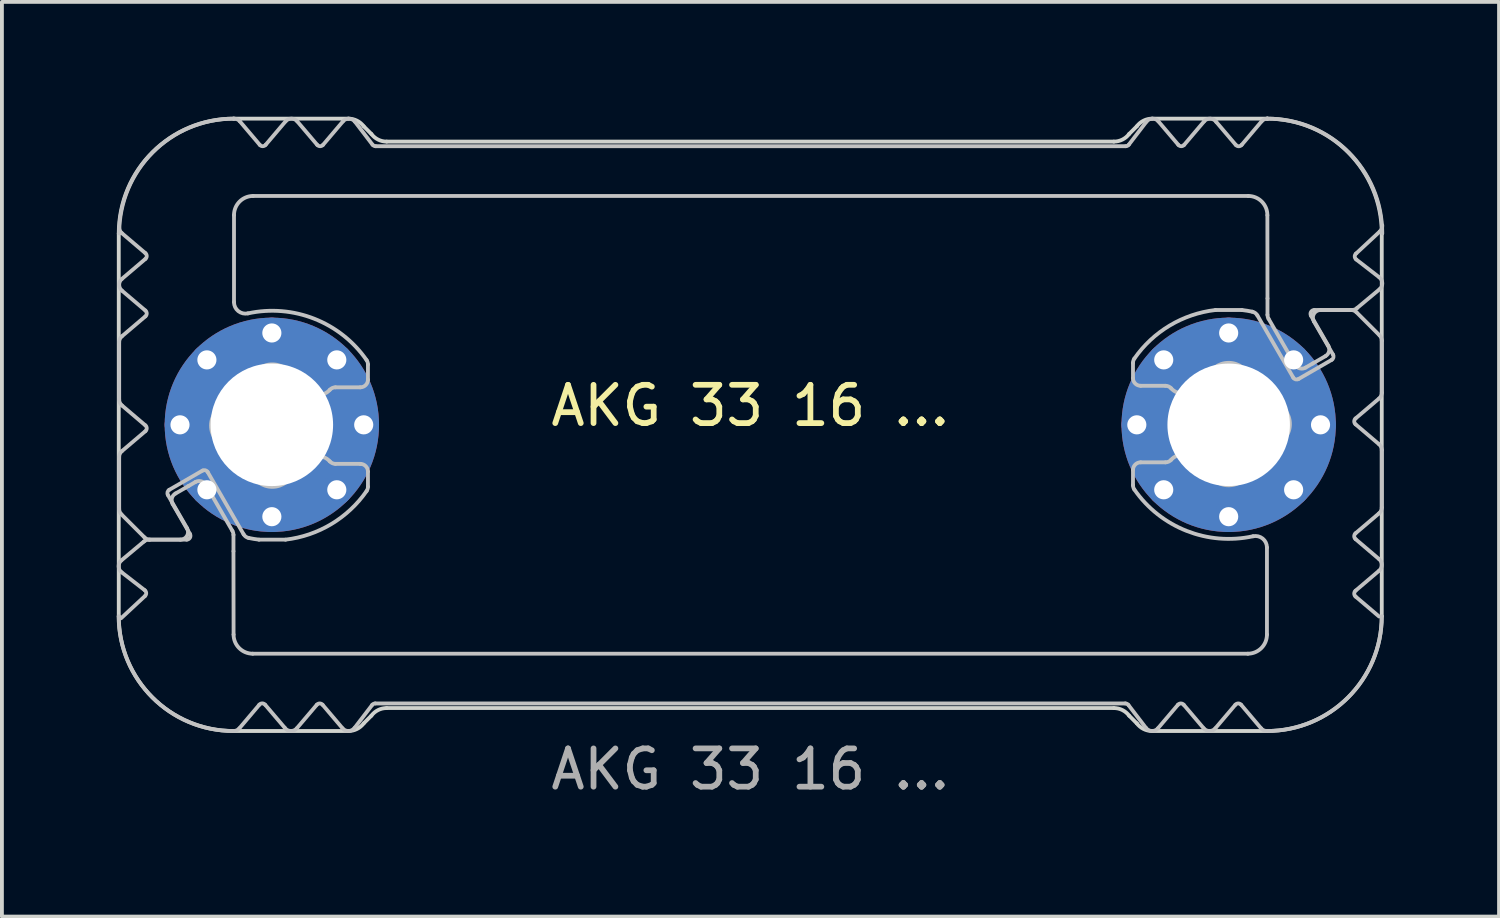
<source format=kicad_pcb>
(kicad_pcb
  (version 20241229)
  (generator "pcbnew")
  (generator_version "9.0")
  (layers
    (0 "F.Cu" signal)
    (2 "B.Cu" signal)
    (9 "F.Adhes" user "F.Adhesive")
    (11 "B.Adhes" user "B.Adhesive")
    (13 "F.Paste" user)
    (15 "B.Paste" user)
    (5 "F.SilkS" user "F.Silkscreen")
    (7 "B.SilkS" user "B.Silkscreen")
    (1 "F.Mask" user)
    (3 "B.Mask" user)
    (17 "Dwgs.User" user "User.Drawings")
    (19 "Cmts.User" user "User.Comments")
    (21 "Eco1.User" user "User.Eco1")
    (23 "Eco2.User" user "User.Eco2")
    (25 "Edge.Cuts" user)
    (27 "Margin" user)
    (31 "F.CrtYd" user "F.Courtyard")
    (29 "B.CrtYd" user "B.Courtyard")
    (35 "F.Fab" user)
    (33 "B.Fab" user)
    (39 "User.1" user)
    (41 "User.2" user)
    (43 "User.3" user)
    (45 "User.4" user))
  (footprint "AKG 33 16 ..."
    (layer "F.Cu")
    (at 16.553 8.05)
    (property "Reference" "AKG 33 16 ..." (at 0 -0.5 0) (unlocked yes) (layer "F.SilkS") (effects (font (size 1 1) (thickness 0.15))))
    (attr exclude_from_pos_files dnp)
    (fp_poly (pts (xy -9.846 -7.3) (xy 0.054 -7.3) (xy 0.054 -6) (xy -13.446 -6) (xy -13.446 -8) (xy -12.746 -7.2) (xy -11.996 -8) (xy -11.246 -7.2) (xy -10.496 -8)) (stroke (width 0.1) (type solid)) (fill yes) (layer "B.Mask"))
    (fp_poly (pts (xy -9.846 7.3) (xy 0.054 7.3) (xy 0.054 6) (xy -13.446 6) (xy -13.446 8) (xy -12.746 7.2) (xy -11.996 8) (xy -11.246 7.2) (xy -10.496 8)) (stroke (width 0.1) (type solid)) (fill yes) (layer "B.Mask"))
    (fp_poly (pts (xy 9.854 -7.3) (xy -0.046 -7.3) (xy -0.046 -6) (xy 13.454 -6) (xy 13.454 -8) (xy 12.754 -7.2) (xy 12.004 -8) (xy 11.254 -7.2) (xy 10.504 -8)) (stroke (width 0.1) (type solid)) (fill yes) (layer "B.Mask"))
    (fp_poly (pts (xy 9.854 7.3) (xy -0.046 7.3) (xy -0.046 6) (xy 13.454 6) (xy 13.454 8) (xy 12.754 7.2) (xy 12.004 8) (xy 11.254 7.2) (xy 10.504 8)) (stroke (width 0.1) (type solid)) (fill yes) (layer "B.Mask"))
    (fp_poly (pts (xy -13.546 -6.7) (xy -13.546 -4.7) (xy -13.546 0.1) (xy -15.646 0.1) (xy -16.446 -0.6) (xy -16.446 -2.2) (xy -15.546 -2.9) (xy -16.446 -3.7) (xy -15.646 -4.4) (xy -16.446 -5.1) (xy -16.446 -8) (xy -13.546 -8)) (stroke (width 0.1) (type solid)) (fill yes) (layer "B.Mask"))
    (fp_poly (pts (xy -13.546 6.7) (xy -13.546 4.7) (xy -13.546 0.1) (xy -15.646 0.1) (xy -16.446 0.8) (xy -16.446 2.2) (xy -15.646 3) (xy -16.446 3.7) (xy -15.646 4.4) (xy -16.446 5.1) (xy -16.446 8) (xy -13.546 8)) (stroke (width 0.1) (type solid)) (fill yes) (layer "B.Mask"))
    (fp_poly (pts (xy 13.554 -6.7) (xy 13.554 -4.7) (xy 13.554 -0.1) (xy 15.654 -0.1) (xy 16.454 -0.8) (xy 16.454 -2.2) (xy 15.654 -3) (xy 16.454 -3.7) (xy 15.654 -4.4) (xy 16.454 -5.1) (xy 16.454 -8) (xy 13.554 -8)) (stroke (width 0.1) (type solid)) (fill yes) (layer "B.Mask"))
    (fp_poly (pts (xy 13.554 6.7) (xy 13.554 4.7) (xy 13.554 -0.1) (xy 15.654 -0.1) (xy 16.454 0.6) (xy 16.454 2.2) (xy 15.554 2.9) (xy 16.454 3.7) (xy 15.654 4.4) (xy 16.454 5.1) (xy 16.454 8) (xy 13.554 8)) (stroke (width 0.1) (type solid)) (fill yes) (layer "B.Mask"))
    (fp_line (start -16.489 -0.66) (end -16.489 -2.16) (stroke (width 0.1) (type solid)) (layer "Dwgs.User"))
    (fp_line (start -16.489 2.197) (end -16.489 0.84) (stroke (width 0.1) (type solid)) (layer "Dwgs.User"))
    (fp_line (start -16.439 5.053) (end -15.815 4.473) (stroke (width 0.1) (type solid)) (layer "Dwgs.User"))
    (fp_line (start -16.433 3.543) (end -15.839 3.046) (stroke (width 0.1) (type solid)) (layer "Dwgs.User"))
    (fp_line (start -16.419 -3.812) (end -15.805 -4.334) (stroke (width 0.1) (type solid)) (layer "Dwgs.User"))
    (fp_line (start -16.419 -2.312) (end -15.805 -2.834) (stroke (width 0.1) (type solid)) (layer "Dwgs.User"))
    (fp_line (start -16.419 0.688) (end -15.805 0.166) (stroke (width 0.1) (type solid)) (layer "Dwgs.User"))
    (fp_line (start -15.828 2.941) (end -16.431 2.339) (stroke (width 0.1) (type solid)) (layer "Dwgs.User"))
    (fp_line (start -15.822 4.321) (end -16.425 3.853) (stroke (width 0.1) (type solid)) (layer "Dwgs.User"))
    (fp_line (start -15.805 -4.486) (end -16.419 -5.008) (stroke (width 0.1) (type solid)) (layer "Dwgs.User"))
    (fp_line (start -15.805 -2.986) (end -16.419 -3.508) (stroke (width 0.1) (type solid)) (layer "Dwgs.User"))
    (fp_line (start -15.805 0.014) (end -16.419 -0.508) (stroke (width 0.1) (type solid)) (layer "Dwgs.User"))
    (fp_line (start -15.71 3) (end -14.727 3) (stroke (width 0.1) (type solid)) (layer "Dwgs.User"))
    (fp_line (start -15.216 1.834) (end -14.716 2.7) (stroke (width 0.1) (type solid)) (layer "Dwgs.User"))
    (fp_line (start -15.018 1.795) (end -14.683 1.602) (stroke (width 0.1) (type solid)) (layer "Dwgs.User"))
    (fp_line (start -14.889 3) (end -15.686 3) (stroke (width 0.1) (type solid)) (layer "Dwgs.User"))
    (fp_line (start -14.683 1.602) (end -14.499 1.495) (stroke (width 0.1) (type solid)) (layer "Dwgs.User"))
    (fp_line (start -14.64 2.85) (end -15.092 2.068) (stroke (width 0.1) (type solid)) (layer "Dwgs.User"))
    (fp_line (start -14.313 1.197) (end -15.179 1.697) (stroke (width 0.1) (type solid)) (layer "Dwgs.User"))
    (fp_line (start -14.225 1.568) (end -13.53 2.773) (stroke (width 0.1) (type solid)) (layer "Dwgs.User"))
    (fp_line (start -13.503 2.873) (end -13.503 3.3) (stroke (width 0.1) (type solid)) (layer "Dwgs.User"))
    (fp_line (start -13.503 3.305) (end -13.5 5.48) (stroke (width 0.1) (type solid)) (layer "Dwgs.User"))
    (fp_line (start -13.502 8) (end -13.502 8) (stroke (width 0.1) (type solid)) (layer "Dwgs.User"))
    (fp_line (start -13.501 8) (end -13.502 8) (stroke (width 0.1) (type solid)) (layer "Dwgs.User"))
    (fp_line (start -13.489 -5.48) (end -13.489 -3.205) (stroke (width 0.1) (type solid)) (layer "Dwgs.User"))
    (fp_line (start -13.336 -7.929) (end -12.815 -7.315) (stroke (width 0.1) (type solid)) (layer "Dwgs.User"))
    (fp_line (start -13.238 2.86) (end -14.177 1.234) (stroke (width 0.1) (type solid)) (layer "Dwgs.User"))
    (fp_line (start -13 5.98) (end 13 5.98) (stroke (width 0.1) (type solid)) (layer "Dwgs.User"))
    (fp_line (start -12.829 7.315) (end -13.349 7.929) (stroke (width 0.1) (type solid)) (layer "Dwgs.User"))
    (fp_line (start -12.663 -7.315) (end -12.142 -7.929) (stroke (width 0.1) (type solid)) (layer "Dwgs.User"))
    (fp_line (start -12.164 7.914) (end -12.674 7.315) (stroke (width 0.1) (type solid)) (layer "Dwgs.User"))
    (fp_line (start -12.143 3) (end -12.835 3) (stroke (width 0.1) (type solid)) (layer "Dwgs.User"))
    (fp_line (start -11.837 -7.929) (end -11.315 -7.315) (stroke (width 0.1) (type solid)) (layer "Dwgs.User"))
    (fp_line (start -11.326 7.315) (end -11.848 7.929) (stroke (width 0.1) (type solid)) (layer "Dwgs.User"))
    (fp_line (start -11.163 -7.315) (end -10.642 -7.929) (stroke (width 0.1) (type solid)) (layer "Dwgs.User"))
    (fp_line (start -10.838 1.02) (end -10.189 1.02) (stroke (width 0.1) (type solid)) (layer "Dwgs.User"))
    (fp_line (start -10.653 7.929) (end -11.174 7.315) (stroke (width 0.1) (type solid)) (layer "Dwgs.User"))
    (fp_line (start -10.33 -7.922) (end -9.869 -7.319) (stroke (width 0.1) (type solid)) (layer "Dwgs.User"))
    (fp_line (start -10.189 -0.98) (end -10.838 -0.98) (stroke (width 0.1) (type solid)) (layer "Dwgs.User"))
    (fp_line (start -9.989 -1.577) (end -9.989 -1.18) (stroke (width 0.1) (type solid)) (layer "Dwgs.User"))
    (fp_line (start -9.989 1.22) (end -9.989 1.617) (stroke (width 0.1) (type solid)) (layer "Dwgs.User"))
    (fp_line (start -9.879 7.319) (end -10.341 7.922) (stroke (width 0.1) (type solid)) (layer "Dwgs.User"))
    (fp_line (start -9.789 -7.28) (end 9.811 -7.28) (stroke (width 0.1) (type solid)) (layer "Dwgs.User"))
    (fp_line (start 9.8 7.28) (end -9.8 7.28) (stroke (width 0.1) (type solid)) (layer "Dwgs.User"))
    (fp_line (start 9.89 -7.319) (end 10.352 -7.922) (stroke (width 0.1) (type solid)) (layer "Dwgs.User"))
    (fp_line (start 10 -1.22) (end 10 -1.617) (stroke (width 0.1) (type solid)) (layer "Dwgs.User"))
    (fp_line (start 10 1.577) (end 10 1.18) (stroke (width 0.1) (type solid)) (layer "Dwgs.User"))
    (fp_line (start 10.2 0.98) (end 10.849 0.98) (stroke (width 0.1) (type solid)) (layer "Dwgs.User"))
    (fp_line (start 10.341 7.922) (end 9.879 7.319) (stroke (width 0.1) (type solid)) (layer "Dwgs.User"))
    (fp_line (start 10.663 -7.929) (end 11.185 -7.315) (stroke (width 0.1) (type solid)) (layer "Dwgs.User"))
    (fp_line (start 10.849 -1.02) (end 10.2 -1.02) (stroke (width 0.1) (type solid)) (layer "Dwgs.User"))
    (fp_line (start 11.174 7.315) (end 10.652 7.929) (stroke (width 0.1) (type solid)) (layer "Dwgs.User"))
    (fp_line (start 11.337 -7.315) (end 11.858 -7.929) (stroke (width 0.1) (type solid)) (layer "Dwgs.User"))
    (fp_line (start 11.847 7.929) (end 11.326 7.315) (stroke (width 0.1) (type solid)) (layer "Dwgs.User"))
    (fp_line (start 12.154 -3) (end 12.846 -3) (stroke (width 0.1) (type solid)) (layer "Dwgs.User"))
    (fp_line (start 12.175 -7.914) (end 12.685 -7.315) (stroke (width 0.1) (type solid)) (layer "Dwgs.User"))
    (fp_line (start 12.674 7.315) (end 12.152 7.929) (stroke (width 0.1) (type solid)) (layer "Dwgs.User"))
    (fp_line (start 12.84 -7.315) (end 13.36 -7.929) (stroke (width 0.1) (type solid)) (layer "Dwgs.User"))
    (fp_line (start 13.011 -5.98) (end -12.989 -5.98) (stroke (width 0.1) (type solid)) (layer "Dwgs.User"))
    (fp_line (start 13.249 -2.86) (end 14.188 -1.234) (stroke (width 0.1) (type solid)) (layer "Dwgs.User"))
    (fp_line (start 13.346 7.929) (end 12.826 7.315) (stroke (width 0.1) (type solid)) (layer "Dwgs.User"))
    (fp_line (start 13.5 5.48) (end 13.5 3.205) (stroke (width 0.1) (type solid)) (layer "Dwgs.User"))
    (fp_line (start 13.512 -8) (end 13.512 -8) (stroke (width 0.1) (type solid)) (layer "Dwgs.User"))
    (fp_line (start 13.512 -8) (end 13.513 -8) (stroke (width 0.1) (type solid)) (layer "Dwgs.User"))
    (fp_line (start 13.514 -3.305) (end 13.511 -5.476) (stroke (width 0.1) (type solid)) (layer "Dwgs.User"))
    (fp_line (start 13.514 -2.873) (end 13.514 -3.3) (stroke (width 0.1) (type solid)) (layer "Dwgs.User"))
    (fp_line (start 14.236 -1.568) (end 13.541 -2.773) (stroke (width 0.1) (type solid)) (layer "Dwgs.User"))
    (fp_line (start 14.324 -1.197) (end 15.19 -1.697) (stroke (width 0.1) (type solid)) (layer "Dwgs.User"))
    (fp_line (start 14.651 -2.85) (end 15.102 -2.068) (stroke (width 0.1) (type solid)) (layer "Dwgs.User"))
    (fp_line (start 14.694 -1.602) (end 14.509 -1.495) (stroke (width 0.1) (type solid)) (layer "Dwgs.User"))
    (fp_line (start 14.9 -3) (end 15.697 -3) (stroke (width 0.1) (type solid)) (layer "Dwgs.User"))
    (fp_line (start 15.029 -1.795) (end 14.694 -1.602) (stroke (width 0.1) (type solid)) (layer "Dwgs.User"))
    (fp_line (start 15.227 -1.834) (end 14.727 -2.7) (stroke (width 0.1) (type solid)) (layer "Dwgs.User"))
    (fp_line (start 15.721 -3) (end 14.738 -3) (stroke (width 0.1) (type solid)) (layer "Dwgs.User"))
    (fp_line (start 15.815 -0.014) (end 16.429 0.508) (stroke (width 0.1) (type solid)) (layer "Dwgs.User"))
    (fp_line (start 15.815 2.986) (end 16.429 3.508) (stroke (width 0.1) (type solid)) (layer "Dwgs.User"))
    (fp_line (start 15.815 4.486) (end 16.429 5.008) (stroke (width 0.1) (type solid)) (layer "Dwgs.User"))
    (fp_line (start 15.832 -4.321) (end 16.436 -3.853) (stroke (width 0.1) (type solid)) (layer "Dwgs.User"))
    (fp_line (start 15.839 -2.941) (end 16.441 -2.339) (stroke (width 0.1) (type solid)) (layer "Dwgs.User"))
    (fp_line (start 16.429 -0.688) (end 15.815 -0.166) (stroke (width 0.1) (type solid)) (layer "Dwgs.User"))
    (fp_line (start 16.429 2.312) (end 15.815 2.834) (stroke (width 0.1) (type solid)) (layer "Dwgs.User"))
    (fp_line (start 16.429 3.812) (end 15.815 4.334) (stroke (width 0.1) (type solid)) (layer "Dwgs.User"))
    (fp_line (start 16.443 -3.543) (end 15.849 -3.047) (stroke (width 0.1) (type solid)) (layer "Dwgs.User"))
    (fp_line (start 16.45 -5.053) (end 15.826 -4.473) (stroke (width 0.1) (type solid)) (layer "Dwgs.User"))
    (fp_line (start 16.5 -2.197) (end 16.5 -0.84) (stroke (width 0.1) (type solid)) (layer "Dwgs.User"))
    (fp_line (start 16.5 0.66) (end 16.5 2.16) (stroke (width 0.1) (type solid)) (layer "Dwgs.User"))
    (fp_arc (start -16.48919 -2.16003) (mid -16.470691 -2.24403) (end -16.418628 -2.312496) (stroke (width 0.1) (type solid)) (layer "Dwgs.User"))
    (fp_arc (start -16.48919 0.83997) (mid -16.470691 0.75597) (end -16.418628 0.687504) (stroke (width 0.1) (type solid)) (layer "Dwgs.User"))
    (fp_arc (start -16.488629 -5.00003) (mid -15.609776 -7.121528) (end -13.488132 -8.00003) (stroke (width 0.1) (type solid)) (layer "Dwgs.User"))
    (fp_arc (start -16.430611 2.338548) (mid -16.473952 2.273658) (end -16.48919 2.197127) (stroke (width 0.1) (type solid)) (layer "Dwgs.User"))
    (fp_arc (start -16.425499 3.853059) (mid -16.502937 3.699538) (end -16.432592 3.542641) (stroke (width 0.1) (type solid)) (layer "Dwgs.User"))
    (fp_arc (start -16.418628 -5.007564) (mid -16.473021 -5.081251) (end -16.488863 -5.171459) (stroke (width 0.1) (type solid)) (layer "Dwgs.User"))
    (fp_arc (start -16.418628 -3.507564) (mid -16.489188 -3.66003) (end -16.418628 -3.812496) (stroke (width 0.1) (type solid)) (layer "Dwgs.User"))
    (fp_arc (start -16.418628 -0.507564) (mid -16.470694 -0.576029) (end -16.48919 -0.66003) (stroke (width 0.1) (type solid)) (layer "Dwgs.User"))
    (fp_arc (start -15.838668 3.046481) (mid -15.778648 3.011946) (end -15.710445 2.99997) (stroke (width 0.1) (type solid)) (layer "Dwgs.User"))
    (fp_arc (start -15.821739 4.320925) (mid -15.783088 4.395508) (end -15.814937 4.473239) (stroke (width 0.1) (type solid)) (layer "Dwgs.User"))
    (fp_arc (start -15.804583 -4.486263) (mid -15.769295 -4.41003) (end -15.804583 -4.333797) (stroke (width 0.1) (type solid)) (layer "Dwgs.User"))
    (fp_arc (start -15.804583 -2.986263) (mid -15.769295 -2.91003) (end -15.804583 -2.833797) (stroke (width 0.1) (type solid)) (layer "Dwgs.User"))
    (fp_arc (start -15.804583 0.013737) (mid -15.769295 0.08997) (end -15.804583 0.166203) (stroke (width 0.1) (type solid)) (layer "Dwgs.User"))
    (fp_arc (start -15.686347 2.99997) (mid -15.762877 2.984729) (end -15.827769 2.941391) (stroke (width 0.1) (type solid)) (layer "Dwgs.User"))
    (fp_arc (start -15.215985 1.833944) (mid -15.225952 1.758068) (end -15.179382 1.697342) (stroke (width 0.1) (type solid)) (layer "Dwgs.User"))
    (fp_arc (start -15.091514 2.068343) (mid -15.111468 1.916586) (end -15.018309 1.795138) (stroke (width 0.1) (type solid)) (layer "Dwgs.User"))
    (fp_arc (start -14.715985 2.69997) (mid -14.715978 2.899974) (end -14.88919 2.99997) (stroke (width 0.1) (type solid)) (layer "Dwgs.User"))
    (fp_arc (start -14.640241 2.84997) (mid -14.640233 2.949975) (end -14.726844 2.99997) (stroke (width 0.1) (type solid)) (layer "Dwgs.User"))
    (fp_arc (start -14.498694 1.495138) (mid -14.346932 1.475166) (end -14.225489 1.568343) (stroke (width 0.1) (type solid)) (layer "Dwgs.User"))
    (fp_arc (start -14.313357 1.197342) (mid -14.237485 1.187387) (end -14.176754 1.233944) (stroke (width 0.1) (type solid)) (layer "Dwgs.User"))
    (fp_arc (start -13.65419 -0.556897) (mid -13.408426 -0.899266) (end -13.066057 -1.14503) (stroke (width 0.1) (type solid)) (layer "Dwgs.User"))
    (fp_arc (start -13.65419 0.596836) (mid -14.089189 0.01997) (end -13.65419 -0.556897) (stroke (width 0.1) (type solid)) (layer "Dwgs.User"))
    (fp_arc (start -13.529787 2.773333) (mid -13.509797 2.821567) (end -13.502992 2.873333) (stroke (width 0.1) (type solid)) (layer "Dwgs.User"))
    (fp_arc (start -13.501935 7.99997) (mid -15.623559 7.121448) (end -16.502431 4.99997) (stroke (width 0.1) (type solid)) (layer "Dwgs.User"))
    (fp_arc (start -13.48919 -5.48003) (mid -13.342738 -5.833578) (end -12.98919 -5.98003) (stroke (width 0.1) (type solid)) (layer "Dwgs.User"))
    (fp_arc (start -13.488132 -8.00003) (mid -13.404059 -7.98147) (end -13.335563 -7.929306) (stroke (width 0.1) (type solid)) (layer "Dwgs.User"))
    (fp_arc (start -13.349192 7.929246) (mid -13.417408 7.9813) (end -13.501161 7.999969) (stroke (width 0.1) (type solid)) (layer "Dwgs.User"))
    (fp_arc (start -13.125554 -2.911761) (mid -13.377487 -2.97138) (end -13.48919 -3.204934) (stroke (width 0.1) (type solid)) (layer "Dwgs.User"))
    (fp_arc (start -13.125554 -2.911761) (mid -11.390142 -2.771458) (end -10.024904 -1.690965) (stroke (width 0.1) (type solid)) (layer "Dwgs.User"))
    (fp_arc (start -13.105732 2.955932) (mid -13.181984 2.922143) (end -13.237834 2.860201) (stroke (width 0.1) (type solid)) (layer "Dwgs.User"))
    (fp_arc (start -13.066057 -1.14503) (mid -12.48919 -1.58003) (end -11.912323 -1.14503) (stroke (width 0.1) (type solid)) (layer "Dwgs.User"))
    (fp_arc (start -13.066057 1.18497) (mid -13.40843 0.939209) (end -13.65419 0.596836) (stroke (width 0.1) (type solid)) (layer "Dwgs.User"))
    (fp_arc (start -13.000049 5.97997) (mid -13.353577 5.833498) (end -13.500049 5.47997) (stroke (width 0.1) (type solid)) (layer "Dwgs.User"))
    (fp_arc (start -12.835022 2.99997) (mid -12.970881 2.981048) (end -13.105732 2.955932) (stroke (width 0.1) (type solid)) (layer "Dwgs.User"))
    (fp_arc (start -12.829121 7.315332) (mid -12.751541 7.278264) (end -12.673885 7.315171) (stroke (width 0.1) (type solid)) (layer "Dwgs.User"))
    (fp_arc (start -12.662951 -7.315318) (mid -12.739181 -7.280019) (end -12.815417 -7.315305) (stroke (width 0.1) (type solid)) (layer "Dwgs.User"))
    (fp_arc (start -12.141667 -7.929455) (mid -11.98919 -8.000029) (end -11.836712 -7.929455) (stroke (width 0.1) (type solid)) (layer "Dwgs.User"))
    (fp_arc (start -11.912323 -1.14503) (mid -11.730199 -1.035459) (end -11.568362 -0.897677) (stroke (width 0.1) (type solid)) (layer "Dwgs.User"))
    (fp_arc (start -11.912323 1.18497) (mid -12.48919 1.61997) (end -13.066057 1.18497) (stroke (width 0.1) (type solid)) (layer "Dwgs.User"))
    (fp_arc (start -11.847571 7.929394) (mid -12.009557 7.999707) (end -12.164131 7.914325) (stroke (width 0.1) (type solid)) (layer "Dwgs.User"))
    (fp_arc (start -11.568362 0.937617) (mid -11.730203 1.075392) (end -11.912323 1.18497) (stroke (width 0.1) (type solid)) (layer "Dwgs.User"))
    (fp_arc (start -11.568362 0.937617) (mid -11.274243 0.820096) (end -10.986888 0.953303) (stroke (width 0.1) (type solid)) (layer "Dwgs.User"))
    (fp_arc (start -11.326288 7.315258) (mid -11.250049 7.27997) (end -11.17381 7.315258) (stroke (width 0.1) (type solid)) (layer "Dwgs.User"))
    (fp_arc (start -11.162951 -7.315318) (mid -11.23919 -7.28003) (end -11.315429 -7.315318) (stroke (width 0.1) (type solid)) (layer "Dwgs.User"))
    (fp_arc (start -10.986888 -0.913364) (mid -11.274244 -0.780195) (end -11.568362 -0.897677) (stroke (width 0.1) (type solid)) (layer "Dwgs.User"))
    (fp_arc (start -10.986888 -0.913364) (mid -10.919468 -0.962607) (end -10.837817 -0.98003) (stroke (width 0.1) (type solid)) (layer "Dwgs.User"))
    (fp_arc (start -10.837817 1.01997) (mid -10.919464 1.002537) (end -10.986888 0.953303) (stroke (width 0.1) (type solid)) (layer "Dwgs.User"))
    (fp_arc (start -10.641667 -7.929455) (mid -10.484216 -7.999958) (end -10.330466 -7.921713) (stroke (width 0.1) (type solid)) (layer "Dwgs.User"))
    (fp_arc (start -10.341325 7.921653) (mid -10.495076 7.999873) (end -10.652527 7.929394) (stroke (width 0.1) (type solid)) (layer "Dwgs.User"))
    (fp_arc (start -10.18919 1.01997) (mid -10.047772 1.078552) (end -9.98919 1.21997) (stroke (width 0.1) (type solid)) (layer "Dwgs.User"))
    (fp_arc (start -10.024904 -1.690965) (mid -9.998333 -1.636662) (end -9.98919 -1.576902) (stroke (width 0.1) (type solid)) (layer "Dwgs.User"))
    (fp_arc (start -10.024904 1.730904) (mid -10.947492 2.593529) (end -12.143358 2.99997) (stroke (width 0.1) (type solid)) (layer "Dwgs.User"))
    (fp_arc (start -9.98919 -1.18003) (mid -10.047762 -1.038602) (end -10.18919 -0.98003) (stroke (width 0.1) (type solid)) (layer "Dwgs.User"))
    (fp_arc (start -9.98919 1.616842) (mid -9.998317 1.676607) (end -10.024904 1.730904) (stroke (width 0.1) (type solid)) (layer "Dwgs.User"))
    (fp_arc (start -9.879411 7.319129) (mid -9.844304 7.290279) (end -9.800049 7.27997) (stroke (width 0.1) (type solid)) (layer "Dwgs.User"))
    (fp_arc (start -9.78919 -7.28003) (mid -9.83344 -7.29035) (end -9.868552 -7.319189) (stroke (width 0.1) (type solid)) (layer "Dwgs.User"))
    (fp_arc (start 9.799951 7.27997) (mid 9.844205 7.290294) (end 9.879313 7.319129) (stroke (width 0.1) (type solid)) (layer "Dwgs.User"))
    (fp_arc (start 9.890172 -7.319189) (mid 9.855062 -7.290341) (end 9.81081 -7.28003) (stroke (width 0.1) (type solid)) (layer "Dwgs.User"))
    (fp_arc (start 9.999951 -1.616902) (mid 10.009085 -1.676664) (end 10.035665 -1.730964) (stroke (width 0.1) (type solid)) (layer "Dwgs.User"))
    (fp_arc (start 9.999951 1.17997) (mid 10.058523 1.038542) (end 10.199951 0.97997) (stroke (width 0.1) (type solid)) (layer "Dwgs.User"))
    (fp_arc (start 10.035665 -1.730964) (mid 10.95825 -2.593595) (end 12.154119 -3.00003) (stroke (width 0.1) (type solid)) (layer "Dwgs.User"))
    (fp_arc (start 10.035665 1.690905) (mid 10.009091 1.636603) (end 9.999951 1.576842) (stroke (width 0.1) (type solid)) (layer "Dwgs.User"))
    (fp_arc (start 10.199951 -1.02003) (mid 10.058555 -1.078634) (end 9.999951 -1.22003) (stroke (width 0.1) (type solid)) (layer "Dwgs.User"))
    (fp_arc (start 10.352086 -7.921713) (mid 10.505833 -7.999949) (end 10.663288 -7.929455) (stroke (width 0.1) (type solid)) (layer "Dwgs.User"))
    (fp_arc (start 10.652429 7.929394) (mid 10.494997 7.999846) (end 10.341227 7.921653) (stroke (width 0.1) (type solid)) (layer "Dwgs.User"))
    (fp_arc (start 10.848578 -1.02003) (mid 10.930232 -1.002613) (end 10.997649 -0.953363) (stroke (width 0.1) (type solid)) (layer "Dwgs.User"))
    (fp_arc (start 10.997649 0.913304) (mid 10.930225 0.96254) (end 10.848578 0.97997) (stroke (width 0.1) (type solid)) (layer "Dwgs.User"))
    (fp_arc (start 10.997649 0.913304) (mid 11.285004 0.780112) (end 11.579123 0.897617) (stroke (width 0.1) (type solid)) (layer "Dwgs.User"))
    (fp_arc (start 11.173712 7.315258) (mid 11.249951 7.27997) (end 11.32619 7.315258) (stroke (width 0.1) (type solid)) (layer "Dwgs.User"))
    (fp_arc (start 11.337049 -7.315318) (mid 11.26081 -7.28003) (end 11.184571 -7.315318) (stroke (width 0.1) (type solid)) (layer "Dwgs.User"))
    (fp_arc (start 11.579123 -0.937677) (mid 11.285005 -0.820179) (end 10.997649 -0.953363) (stroke (width 0.1) (type solid)) (layer "Dwgs.User"))
    (fp_arc (start 11.579123 -0.937677) (mid 11.740962 -1.075455) (end 11.923084 -1.18503) (stroke (width 0.1) (type solid)) (layer "Dwgs.User"))
    (fp_arc (start 11.858333 -7.929455) (mid 12.020316 -7.999785) (end 12.174892 -7.914385) (stroke (width 0.1) (type solid)) (layer "Dwgs.User"))
    (fp_arc (start 11.923084 -1.18503) (mid 12.499951 -1.62003) (end 13.076818 -1.18503) (stroke (width 0.1) (type solid)) (layer "Dwgs.User"))
    (fp_arc (start 11.923084 1.14497) (mid 11.740964 1.035394) (end 11.579123 0.897617) (stroke (width 0.1) (type solid)) (layer "Dwgs.User"))
    (fp_arc (start 12.152429 7.929394) (mid 11.999951 7.99997) (end 11.847473 7.929394) (stroke (width 0.1) (type solid)) (layer "Dwgs.User"))
    (fp_arc (start 12.673712 7.315258) (mid 12.749959 7.279908) (end 12.826178 7.315245) (stroke (width 0.1) (type solid)) (layer "Dwgs.User"))
    (fp_arc (start 12.839882 -7.315392) (mid 12.762303 -7.278341) (end 12.684646 -7.315231) (stroke (width 0.1) (type solid)) (layer "Dwgs.User"))
    (fp_arc (start 12.845783 -3.00003) (mid 12.981641 -2.981106) (end 13.116493 -2.955992) (stroke (width 0.1) (type solid)) (layer "Dwgs.User"))
    (fp_arc (start 13.01081 -5.98003) (mid 13.364368 -5.833582) (end 13.51081 -5.48003) (stroke (width 0.1) (type solid)) (layer "Dwgs.User"))
    (fp_arc (start 13.076818 -1.18503) (mid 13.419182 -0.93926) (end 13.664951 -0.596896) (stroke (width 0.1) (type solid)) (layer "Dwgs.User"))
    (fp_arc (start 13.076818 1.14497) (mid 12.499951 1.57997) (end 11.923084 1.14497) (stroke (width 0.1) (type solid)) (layer "Dwgs.User"))
    (fp_arc (start 13.116493 -2.955992) (mid 13.192755 -2.922217) (end 13.248595 -2.860261) (stroke (width 0.1) (type solid)) (layer "Dwgs.User"))
    (fp_arc (start 13.136315 2.9117) (mid 11.400891 2.771429) (end 10.035665 1.690905) (stroke (width 0.1) (type solid)) (layer "Dwgs.User"))
    (fp_arc (start 13.136315 2.9117) (mid 13.388271 2.971291) (end 13.499951 3.204873) (stroke (width 0.1) (type solid)) (layer "Dwgs.User"))
    (fp_arc (start 13.359953 -7.929306) (mid 13.428162 -7.98138) (end 13.511922 -8.000029) (stroke (width 0.1) (type solid)) (layer "Dwgs.User"))
    (fp_arc (start 13.498893 7.99997) (mid 13.414817 7.981423) (end 13.346324 7.929246) (stroke (width 0.1) (type solid)) (layer "Dwgs.User"))
    (fp_arc (start 13.499951 5.47997) (mid 13.353499 5.833518) (end 12.999951 5.97997) (stroke (width 0.1) (type solid)) (layer "Dwgs.User"))
    (fp_arc (start 13.512696 -8.00003) (mid 15.634342 -7.121531) (end 16.513192 -5.00003) (stroke (width 0.1) (type solid)) (layer "Dwgs.User"))
    (fp_arc (start 13.540548 -2.773393) (mid 13.520566 -2.821629) (end 13.513753 -2.873393) (stroke (width 0.1) (type solid)) (layer "Dwgs.User"))
    (fp_arc (start 13.664951 -0.596896) (mid 14.099993 -0.02003) (end 13.664951 0.556837) (stroke (width 0.1) (type solid)) (layer "Dwgs.User"))
    (fp_arc (start 13.664951 0.556837) (mid 13.419185 0.899204) (end 13.076818 1.14497) (stroke (width 0.1) (type solid)) (layer "Dwgs.User"))
    (fp_arc (start 14.324118 -1.197402) (mid 14.248233 -1.1874) (end 14.187515 -1.234004) (stroke (width 0.1) (type solid)) (layer "Dwgs.User"))
    (fp_arc (start 14.509455 -1.495198) (mid 14.357701 -1.475253) (end 14.23625 -1.568403) (stroke (width 0.1) (type solid)) (layer "Dwgs.User"))
    (fp_arc (start 14.651002 -2.85003) (mid 14.651009 -2.950026) (end 14.737605 -3.00003) (stroke (width 0.1) (type solid)) (layer "Dwgs.User"))
    (fp_arc (start 14.726746 -2.70003) (mid 14.726753 -2.900026) (end 14.899951 -3.00003) (stroke (width 0.1) (type solid)) (layer "Dwgs.User"))
    (fp_arc (start 15.102275 -2.068403) (mid 15.122244 -1.916642) (end 15.02907 -1.795198) (stroke (width 0.1) (type solid)) (layer "Dwgs.User"))
    (fp_arc (start 15.226746 -1.834004) (mid 15.236719 -1.758127) (end 15.190143 -1.697402) (stroke (width 0.1) (type solid)) (layer "Dwgs.User"))
    (fp_arc (start 15.697108 -3.00003) (mid 15.773644 -2.984804) (end 15.83853 -2.941451) (stroke (width 0.1) (type solid)) (layer "Dwgs.User"))
    (fp_arc (start 15.815344 -0.013797) (mid 15.780082 -0.09003) (end 15.815344 -0.166263) (stroke (width 0.1) (type solid)) (layer "Dwgs.User"))
    (fp_arc (start 15.815344 2.986203) (mid 15.780082 2.90997) (end 15.815344 2.833737) (stroke (width 0.1) (type solid)) (layer "Dwgs.User"))
    (fp_arc (start 15.815344 4.486203) (mid 15.780082 4.40997) (end 15.815344 4.333737) (stroke (width 0.1) (type solid)) (layer "Dwgs.User"))
    (fp_arc (start 15.8325 -4.320985) (mid 15.793877 -4.395569) (end 15.825698 -4.473299) (stroke (width 0.1) (type solid)) (layer "Dwgs.User"))
    (fp_arc (start 15.849429 -3.046541) (mid 15.789406 -3.012014) (end 15.721206 -3.00003) (stroke (width 0.1) (type solid)) (layer "Dwgs.User"))
    (fp_arc (start 16.429389 0.507504) (mid 16.481446 0.575973) (end 16.499951 0.65997) (stroke (width 0.1) (type solid)) (layer "Dwgs.User"))
    (fp_arc (start 16.429389 3.507504) (mid 16.499975 3.65997) (end 16.429389 3.812436) (stroke (width 0.1) (type solid)) (layer "Dwgs.User"))
    (fp_arc (start 16.43626 -3.853119) (mid 16.513725 -3.699599) (end 16.443353 -3.542701) (stroke (width 0.1) (type solid)) (layer "Dwgs.User"))
    (fp_arc (start 16.441372 -2.338608) (mid 16.484725 -2.273723) (end 16.499951 -2.197187) (stroke (width 0.1) (type solid)) (layer "Dwgs.User"))
    (fp_arc (start 16.49939 4.99997) (mid 15.620538 7.121469) (end 13.498893 7.99997) (stroke (width 0.1) (type solid)) (layer "Dwgs.User"))
    (fp_arc (start 16.499951 -0.84003) (mid 16.481454 -0.756029) (end 16.429389 -0.687564) (stroke (width 0.1) (type solid)) (layer "Dwgs.User"))
    (fp_arc (start 16.499951 2.15997) (mid 16.481454 2.243971) (end 16.429389 2.312436) (stroke (width 0.1) (type solid)) (layer "Dwgs.User"))
    (fp_arc (start 16.513192 -5.214556) (mid 16.499916 -5.126598) (end 16.449864 -5.05305) (stroke (width 0.1) (type solid)) (layer "Dwgs.User"))
    (fp_line (start -16.5 -5) (end -16.5 5) (stroke (width 0.1) (type solid)) (layer "Edge.Cuts"))
    (fp_line (start -13.5 -8) (end -10.5 -8) (stroke (width 0.1) (type solid)) (layer "Edge.Cuts"))
    (fp_line (start -13.5 8) (end -10.5 8) (stroke (width 0.1) (type solid)) (layer "Edge.Cuts"))
    (fp_line (start -9.9 -7.6) (end -10.1 -7.8) (stroke (width 0.1) (type solid)) (layer "Edge.Cuts"))
    (fp_line (start -9.9 7.6) (end -10.1 7.8) (stroke (width 0.1) (type solid)) (layer "Edge.Cuts"))
    (fp_line (start -9.5 -7.4) (end 9.5 -7.4) (stroke (width 0.1) (type solid)) (layer "Edge.Cuts"))
    (fp_line (start -9.5 7.4) (end 9.5 7.4) (stroke (width 0.1) (type solid)) (layer "Edge.Cuts"))
    (fp_line (start 9.9 -7.6) (end 10.1 -7.8) (stroke (width 0.1) (type solid)) (layer "Edge.Cuts"))
    (fp_line (start 9.9 7.6) (end 10.1 7.8) (stroke (width 0.1) (type solid)) (layer "Edge.Cuts"))
    (fp_line (start 13.5 -8) (end 10.5 -8) (stroke (width 0.1) (type solid)) (layer "Edge.Cuts"))
    (fp_line (start 13.5 8) (end 10.5 8) (stroke (width 0.1) (type solid)) (layer "Edge.Cuts"))
    (fp_line (start 16.5 -5) (end 16.5 5) (stroke (width 0.1) (type solid)) (layer "Edge.Cuts"))
    (fp_arc (start -16.5 -5) (mid -15.62132 -7.12132) (end -13.5 -8) (stroke (width 0.1) (type solid)) (layer "Edge.Cuts"))
    (fp_arc (start -13.5 8) (mid -15.62132 7.12132) (end -16.5 5) (stroke (width 0.1) (type solid)) (layer "Edge.Cuts"))
    (fp_arc (start -10.5 -8) (mid -10.276393 -7.947214) (end -10.1 -7.8) (stroke (width 0.1) (type solid)) (layer "Edge.Cuts"))
    (fp_arc (start -10.1 7.8) (mid -10.276393 7.947214) (end -10.5 8) (stroke (width 0.1) (type solid)) (layer "Edge.Cuts"))
    (fp_arc (start -9.9 7.6) (mid -9.723607 7.452786) (end -9.5 7.4) (stroke (width 0.1) (type solid)) (layer "Edge.Cuts"))
    (fp_arc (start -9.5 -7.4) (mid -9.723607 -7.452786) (end -9.9 -7.6) (stroke (width 0.1) (type solid)) (layer "Edge.Cuts"))
    (fp_arc (start 9.5 7.4) (mid 9.723607 7.452786) (end 9.9 7.6) (stroke (width 0.1) (type solid)) (layer "Edge.Cuts"))
    (fp_arc (start 9.9 -7.6) (mid 9.723607 -7.452786) (end 9.5 -7.4) (stroke (width 0.1) (type solid)) (layer "Edge.Cuts"))
    (fp_arc (start 10.1 -7.8) (mid 10.276393 -7.947214) (end 10.5 -8) (stroke (width 0.1) (type solid)) (layer "Edge.Cuts"))
    (fp_arc (start 10.5 8) (mid 10.276393 7.947214) (end 10.1 7.8) (stroke (width 0.1) (type solid)) (layer "Edge.Cuts"))
    (fp_arc (start 13.5 -8) (mid 15.62132 -7.12132) (end 16.5 -5) (stroke (width 0.1) (type solid)) (layer "Edge.Cuts"))
    (fp_arc (start 16.5 5) (mid 15.62132 7.12132) (end 13.5 8) (stroke (width 0.1) (type solid)) (layer "Edge.Cuts"))
    (fp_text user "${REFERENCE}" (at 0 9 0) (layer "F.Fab") (effects (font (size 1 1) (thickness 0.15))))
    (pad "1" thru_hole circle (at -14.9 0) (size 0.8 0.8) (drill 0.5) (layers "*.Cu" "*.Mask"))
    (pad "1" thru_hole circle (at -14.197 -1.697) (size 0.8 0.8) (drill 0.5) (layers "*.Cu" "*.Mask"))
    (pad "1" thru_hole circle (at -14.197 1.697) (size 0.8 0.8) (drill 0.5) (layers "*.Cu" "*.Mask"))
    (pad "1" thru_hole circle (at -12.5 -2.4) (size 0.8 0.8) (drill 0.5) (layers "*.Cu" "*.Mask"))
    (pad "1" thru_hole circle (at -12.5 0) (size 5.6 5.6) (drill 3.2) (layers "*.Cu" "*.Mask"))
    (pad "1" thru_hole circle (at -12.5 2.4) (size 0.8 0.8) (drill 0.5) (layers "*.Cu" "*.Mask"))
    (pad "1" thru_hole circle (at -10.803 -1.697) (size 0.8 0.8) (drill 0.5) (layers "*.Cu" "*.Mask"))
    (pad "1" thru_hole circle (at -10.803 1.697) (size 0.8 0.8) (drill 0.5) (layers "*.Cu" "*.Mask"))
    (pad "1" thru_hole circle (at -10.1 0) (size 0.8 0.8) (drill 0.5) (layers "*.Cu" "*.Mask"))
    (pad "1" thru_hole circle (at 10.1 0) (size 0.8 0.8) (drill 0.5) (layers "*.Cu" "*.Mask"))
    (pad "1" thru_hole circle (at 10.803 -1.697) (size 0.8 0.8) (drill 0.5) (layers "*.Cu" "*.Mask"))
    (pad "1" thru_hole circle (at 10.803 1.697) (size 0.8 0.8) (drill 0.5) (layers "*.Cu" "*.Mask"))
    (pad "1" thru_hole circle (at 12.5 -2.4) (size 0.8 0.8) (drill 0.5) (layers "*.Cu" "*.Mask"))
    (pad "1" thru_hole circle (at 12.5 0) (size 5.6 5.6) (drill 3.2) (layers "*.Cu" "*.Mask"))
    (pad "1" thru_hole circle (at 12.5 2.4) (size 0.8 0.8) (drill 0.5) (layers "*.Cu" "*.Mask"))
    (pad "1" thru_hole circle (at 14.197 -1.697) (size 0.8 0.8) (drill 0.5) (layers "*.Cu" "*.Mask"))
    (pad "1" thru_hole circle (at 14.197 1.697) (size 0.8 0.8) (drill 0.5) (layers "*.Cu" "*.Mask"))
    (pad "1" thru_hole circle (at 14.9 0) (size 0.8 0.8) (drill 0.5) (layers "*.Cu" "*.Mask")))
  (gr_rect
    (start -3 -3)
    (end 36.117 20.898)
    (stroke (width 0.1) (type default))
    (fill no)
    (layer "Edge.Cuts")))
</source>
